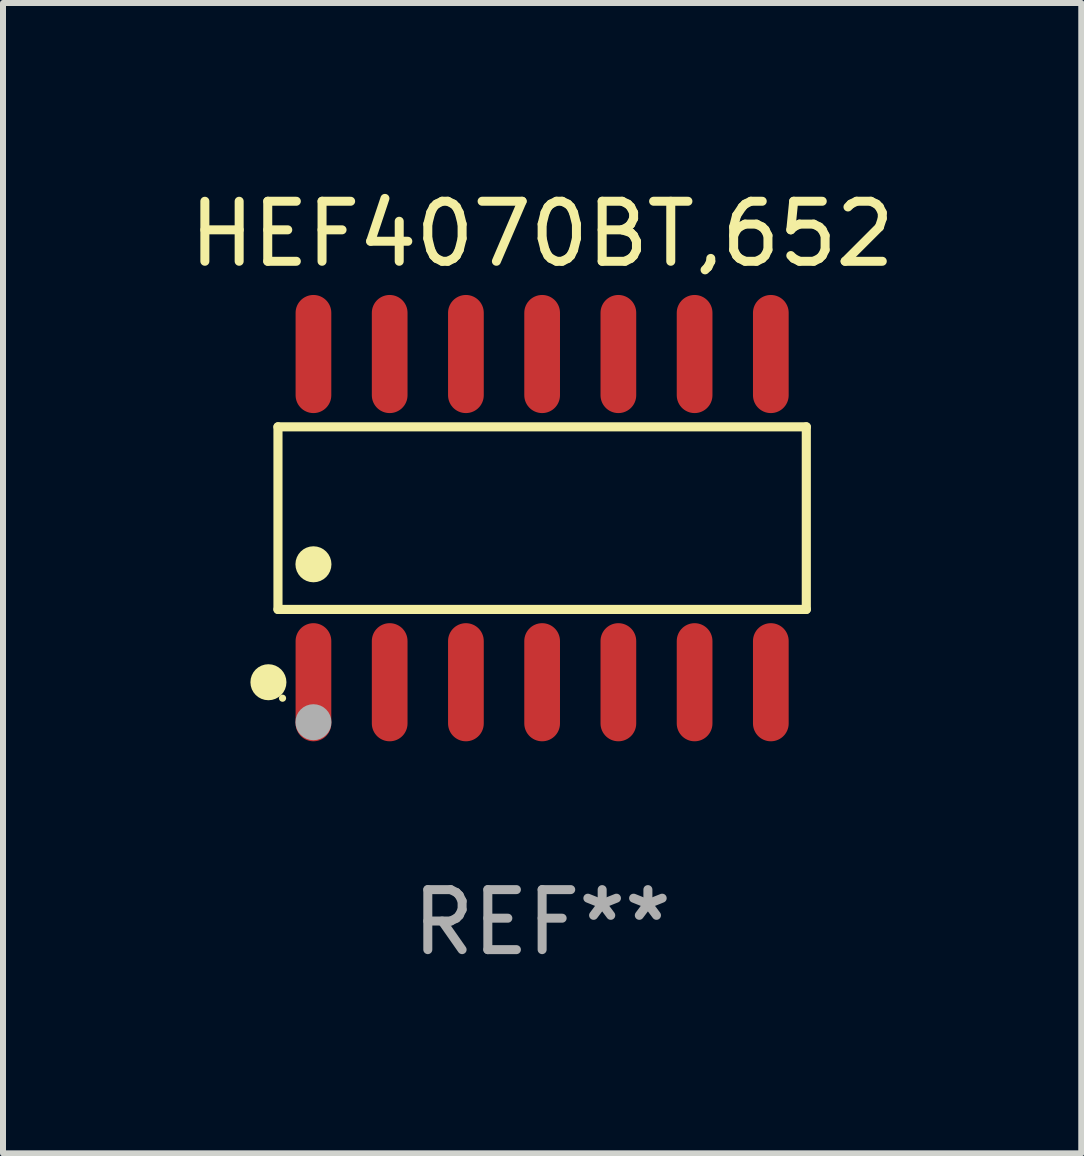
<source format=kicad_pcb>
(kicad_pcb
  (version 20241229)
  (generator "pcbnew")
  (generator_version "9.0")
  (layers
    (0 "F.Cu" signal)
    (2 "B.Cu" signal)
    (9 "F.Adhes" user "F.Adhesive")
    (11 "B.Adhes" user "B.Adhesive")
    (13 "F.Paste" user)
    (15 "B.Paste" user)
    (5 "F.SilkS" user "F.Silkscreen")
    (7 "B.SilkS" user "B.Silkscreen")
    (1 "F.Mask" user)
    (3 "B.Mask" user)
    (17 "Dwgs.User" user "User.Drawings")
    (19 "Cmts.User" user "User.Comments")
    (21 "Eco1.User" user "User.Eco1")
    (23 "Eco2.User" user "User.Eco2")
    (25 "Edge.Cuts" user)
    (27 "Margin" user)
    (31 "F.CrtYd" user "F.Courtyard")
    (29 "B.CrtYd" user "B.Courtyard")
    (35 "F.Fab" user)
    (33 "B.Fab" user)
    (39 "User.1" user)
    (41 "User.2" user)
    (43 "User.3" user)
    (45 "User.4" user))
  (footprint "HEF4070BT,652"
    (layer "F.Cu")
    (at 5.982 5.582)
    (property "Reference" "HEF4070BT,652" (at 0 -4.734 0) (layer "F.SilkS") (effects (font (size 1 1) (thickness 0.15))))
    (attr through_hole)
    (fp_line (start -4.401 -1.521) (end 4.401 -1.521) (stroke (width 0.152) (type solid)) (layer "F.SilkS"))
    (fp_line (start -4.401 1.521) (end -4.401 -1.521) (stroke (width 0.152) (type solid)) (layer "F.SilkS"))
    (fp_line (start 4.401 -1.521) (end 4.401 1.521) (stroke (width 0.152) (type solid)) (layer "F.SilkS"))
    (fp_line (start 4.401 1.521) (end -4.401 1.521) (stroke (width 0.152) (type solid)) (layer "F.SilkS"))
    (fp_circle (center -4.56 2.734) (end -4.41 2.734) (stroke (width 0.3) (type solid)) (fill no) (layer "F.SilkS"))
    (fp_circle (center -4.325 3) (end -4.295 3) (stroke (width 0.06) (type solid)) (fill no) (layer "F.SilkS"))
    (fp_circle (center -3.81 0.769) (end -3.66 0.769) (stroke (width 0.3) (type solid)) (fill no) (layer "F.SilkS"))
    (fp_circle (center -3.81 3.4) (end -3.66 3.4) (stroke (width 0.3) (type solid)) (fill no) (layer "F.Fab"))
    (fp_text user "REF**" (at 0 6.734 0) (layer "F.Fab") (effects (font (size 1 1) (thickness 0.15))))
    (pad "1" smd oval (at -3.81 2.734) (size 0.595 1.968) (layers "F.Cu" "F.Mask" "F.Paste"))
    (pad "2" smd oval (at -2.54 2.734) (size 0.595 1.968) (layers "F.Cu" "F.Mask" "F.Paste"))
    (pad "3" smd oval (at -1.27 2.734) (size 0.595 1.968) (layers "F.Cu" "F.Mask" "F.Paste"))
    (pad "4" smd oval (at 0 2.734) (size 0.595 1.968) (layers "F.Cu" "F.Mask" "F.Paste"))
    (pad "5" smd oval (at 1.27 2.734) (size 0.595 1.968) (layers "F.Cu" "F.Mask" "F.Paste"))
    (pad "6" smd oval (at 2.54 2.734) (size 0.595 1.968) (layers "F.Cu" "F.Mask" "F.Paste"))
    (pad "7" smd oval (at 3.81 2.734) (size 0.595 1.968) (layers "F.Cu" "F.Mask" "F.Paste"))
    (pad "8" smd oval (at 3.81 -2.734) (size 0.595 1.968) (layers "F.Cu" "F.Mask" "F.Paste"))
    (pad "9" smd oval (at 2.54 -2.734) (size 0.595 1.968) (layers "F.Cu" "F.Mask" "F.Paste"))
    (pad "10" smd oval (at 1.27 -2.734) (size 0.595 1.968) (layers "F.Cu" "F.Mask" "F.Paste"))
    (pad "11" smd oval (at 0 -2.734) (size 0.595 1.968) (layers "F.Cu" "F.Mask" "F.Paste"))
    (pad "12" smd oval (at -1.27 -2.734) (size 0.595 1.968) (layers "F.Cu" "F.Mask" "F.Paste"))
    (pad "13" smd oval (at -2.54 -2.734) (size 0.595 1.968) (layers "F.Cu" "F.Mask" "F.Paste"))
    (pad "14" smd oval (at -3.81 -2.734) (size 0.595 1.968) (layers "F.Cu" "F.Mask" "F.Paste")))
  (gr_rect
    (start -3 -3)
    (end 14.964 16.164)
    (stroke (width 0.1) (type default))
    (fill no)
    (layer "Edge.Cuts")))
</source>
